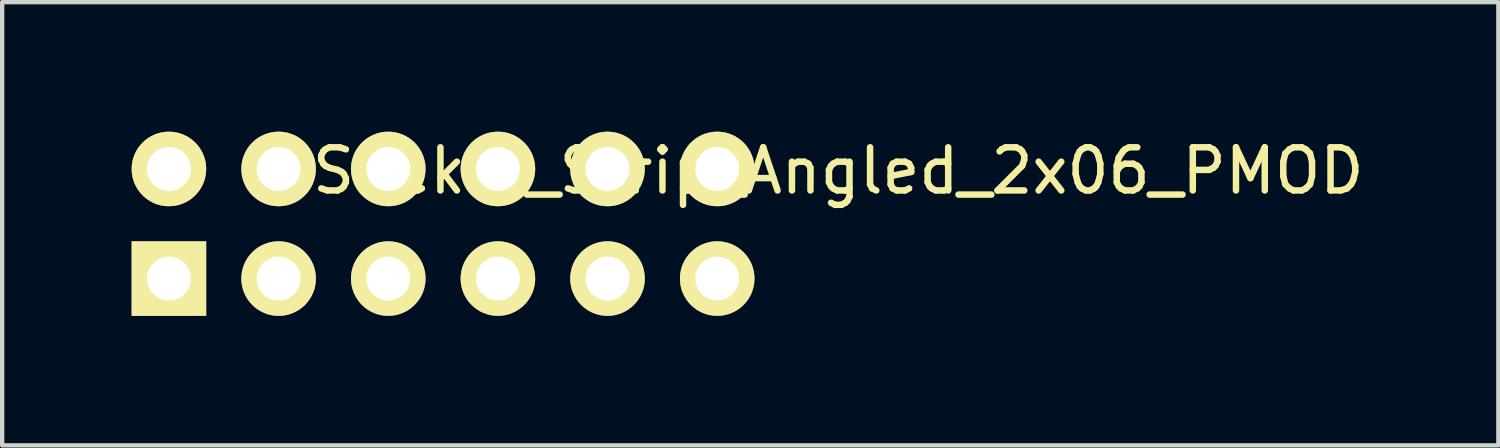
<source format=kicad_pcb>
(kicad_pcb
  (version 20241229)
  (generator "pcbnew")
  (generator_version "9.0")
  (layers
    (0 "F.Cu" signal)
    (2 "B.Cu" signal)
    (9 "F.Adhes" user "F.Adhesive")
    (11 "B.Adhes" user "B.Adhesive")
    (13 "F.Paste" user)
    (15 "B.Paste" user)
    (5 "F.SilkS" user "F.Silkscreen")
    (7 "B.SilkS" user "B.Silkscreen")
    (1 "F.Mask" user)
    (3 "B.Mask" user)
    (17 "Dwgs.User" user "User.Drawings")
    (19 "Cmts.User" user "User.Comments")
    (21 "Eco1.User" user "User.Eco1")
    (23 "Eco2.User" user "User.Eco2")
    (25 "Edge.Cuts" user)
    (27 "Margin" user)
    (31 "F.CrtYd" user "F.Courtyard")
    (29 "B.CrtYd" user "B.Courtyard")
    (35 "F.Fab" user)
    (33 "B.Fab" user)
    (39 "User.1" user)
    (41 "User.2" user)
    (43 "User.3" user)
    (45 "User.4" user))
  (footprint "Socket_Strip_Angled_2x06_PMOD"
    (layer "F.Cu")
    (at 0.867 3.407)
    (property "Reference" "Socket_Strip_Angled_2x06_PMOD" (at 15.5 -2.5 0) (layer "F.SilkS") (effects (font (size 1 1) (thickness 0.15))))
    (attr through_hole)
    (pad "1" thru_hole rect (at -0.004 -0.004 180) (size 1.727 1.727) (drill 1.016) (layers "*.Cu" "*.Mask" "F.SilkS"))
    (pad "2" thru_hole oval (at 2.537 -0.004 180) (size 1.727 1.727) (drill 1.016) (layers "*.Cu" "*.Mask" "F.SilkS"))
    (pad "3" thru_hole oval (at 5.077 -0.004 180) (size 1.727 1.727) (drill 1.016) (layers "*.Cu" "*.Mask" "F.SilkS"))
    (pad "4" thru_hole oval (at 7.617 -0.004 180) (size 1.727 1.727) (drill 1.016) (layers "*.Cu" "*.Mask" "F.SilkS"))
    (pad "5" thru_hole oval (at 10.156 -0.004 180) (size 1.727 1.727) (drill 1.016) (layers "*.Cu" "*.Mask" "F.SilkS"))
    (pad "6" thru_hole circle (at 12.697 -0.004 180) (size 1.727 1.727) (drill 1.016) (layers "*.Cu" "*.Mask" "F.SilkS"))
    (pad "7" thru_hole oval (at -0.004 -2.543 180) (size 1.727 1.727) (drill 1.016) (layers "*.Cu" "*.Mask" "F.SilkS"))
    (pad "8" thru_hole oval (at 2.537 -2.543 180) (size 1.727 1.727) (drill 1.016) (layers "*.Cu" "*.Mask" "F.SilkS"))
    (pad "9" thru_hole oval (at 5.077 -2.543 180) (size 1.727 1.727) (drill 1.016) (layers "*.Cu" "*.Mask" "F.SilkS"))
    (pad "10" thru_hole oval (at 7.617 -2.543 180) (size 1.727 1.727) (drill 1.016) (layers "*.Cu" "*.Mask" "F.SilkS"))
    (pad "11" thru_hole oval (at 10.156 -2.543 180) (size 1.727 1.727) (drill 1.016) (layers "*.Cu" "*.Mask" "F.SilkS"))
    (pad "12" thru_hole oval (at 12.697 -2.543 180) (size 1.727 1.727) (drill 1.016) (layers "*.Cu" "*.Mask" "F.SilkS")))
  (gr_rect
    (start -3 -3)
    (end 31.659 7.267)
    (stroke (width 0.1) (type default))
    (fill no)
    (layer "Edge.Cuts")))
</source>
